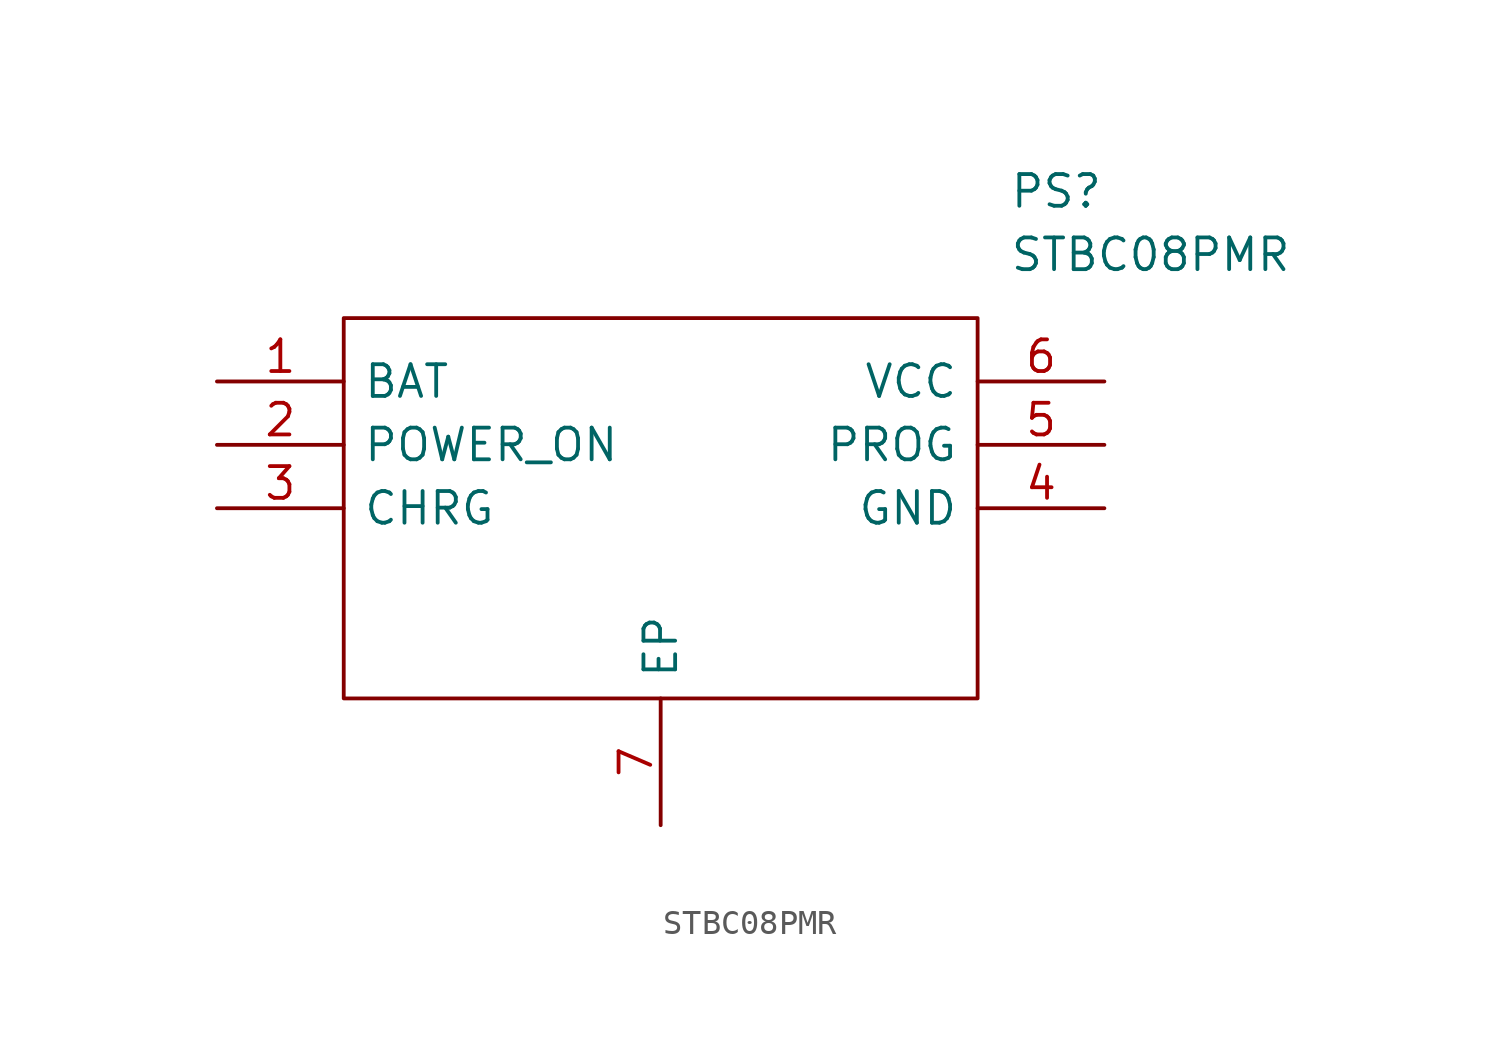
<source format=kicad_sym>
(kicad_symbol_lib
  (version 20220914)
  (generator kicad_symbol_editor)
  (symbol "STBC08PMR"
    (pin_names
      (offset 0.762))
    (property "Reference" "PS"
      (at 31.75 7.62 0)
      (effects (font (size 1.27 1.27)) (justify left)))
    (property "Value" "STBC08PMR"
      (at 31.75 5.08 0)
      (effects (font (size 1.27 1.27)) (justify left)))
    (symbol "STBC08PMR_0_0"
      (pin output line (at 0 0 0) (length 5.08) (name "BAT" (effects (font (size 1.27 1.27)))) (number "1" (effects (font (size 1.27 1.27)))))
      (pin bidirectional line (at 0 -2.54 0) (length 5.08) (name "POWER_ON" (effects (font (size 1.27 1.27)))) (number "2" (effects (font (size 1.27 1.27)))))
      (pin output line (at 0 -5.08 0) (length 5.08) (name "CHRG" (effects (font (size 1.27 1.27)))) (number "3" (effects (font (size 1.27 1.27)))))
      (pin power_in line (at 35.56 -5.08 180) (length 5.08) (name "GND" (effects (font (size 1.27 1.27)))) (number "4" (effects (font (size 1.27 1.27)))))
      (pin input line (at 35.56 -2.54 180) (length 5.08) (name "PROG" (effects (font (size 1.27 1.27)))) (number "5" (effects (font (size 1.27 1.27)))))
      (pin power_in line (at 35.56 0 180) (length 5.08) (name "VCC" (effects (font (size 1.27 1.27)))) (number "6" (effects (font (size 1.27 1.27)))))
      (pin power_in line (at 17.78 -17.78 90) (length 5.08) (name "EP" (effects (font (size 1.27 1.27)))) (number "7" (effects (font (size 1.27 1.27))))))
    (symbol "STBC08PMR_0_1"
      (polyline (pts (xy 5.08 2.54) (xy 30.48 2.54) (xy 30.48 -12.7) (xy 5.08 -12.7) (xy 5.08 2.54)) (stroke (width 0.152) (type solid)) (fill (type none))))))
</source>
